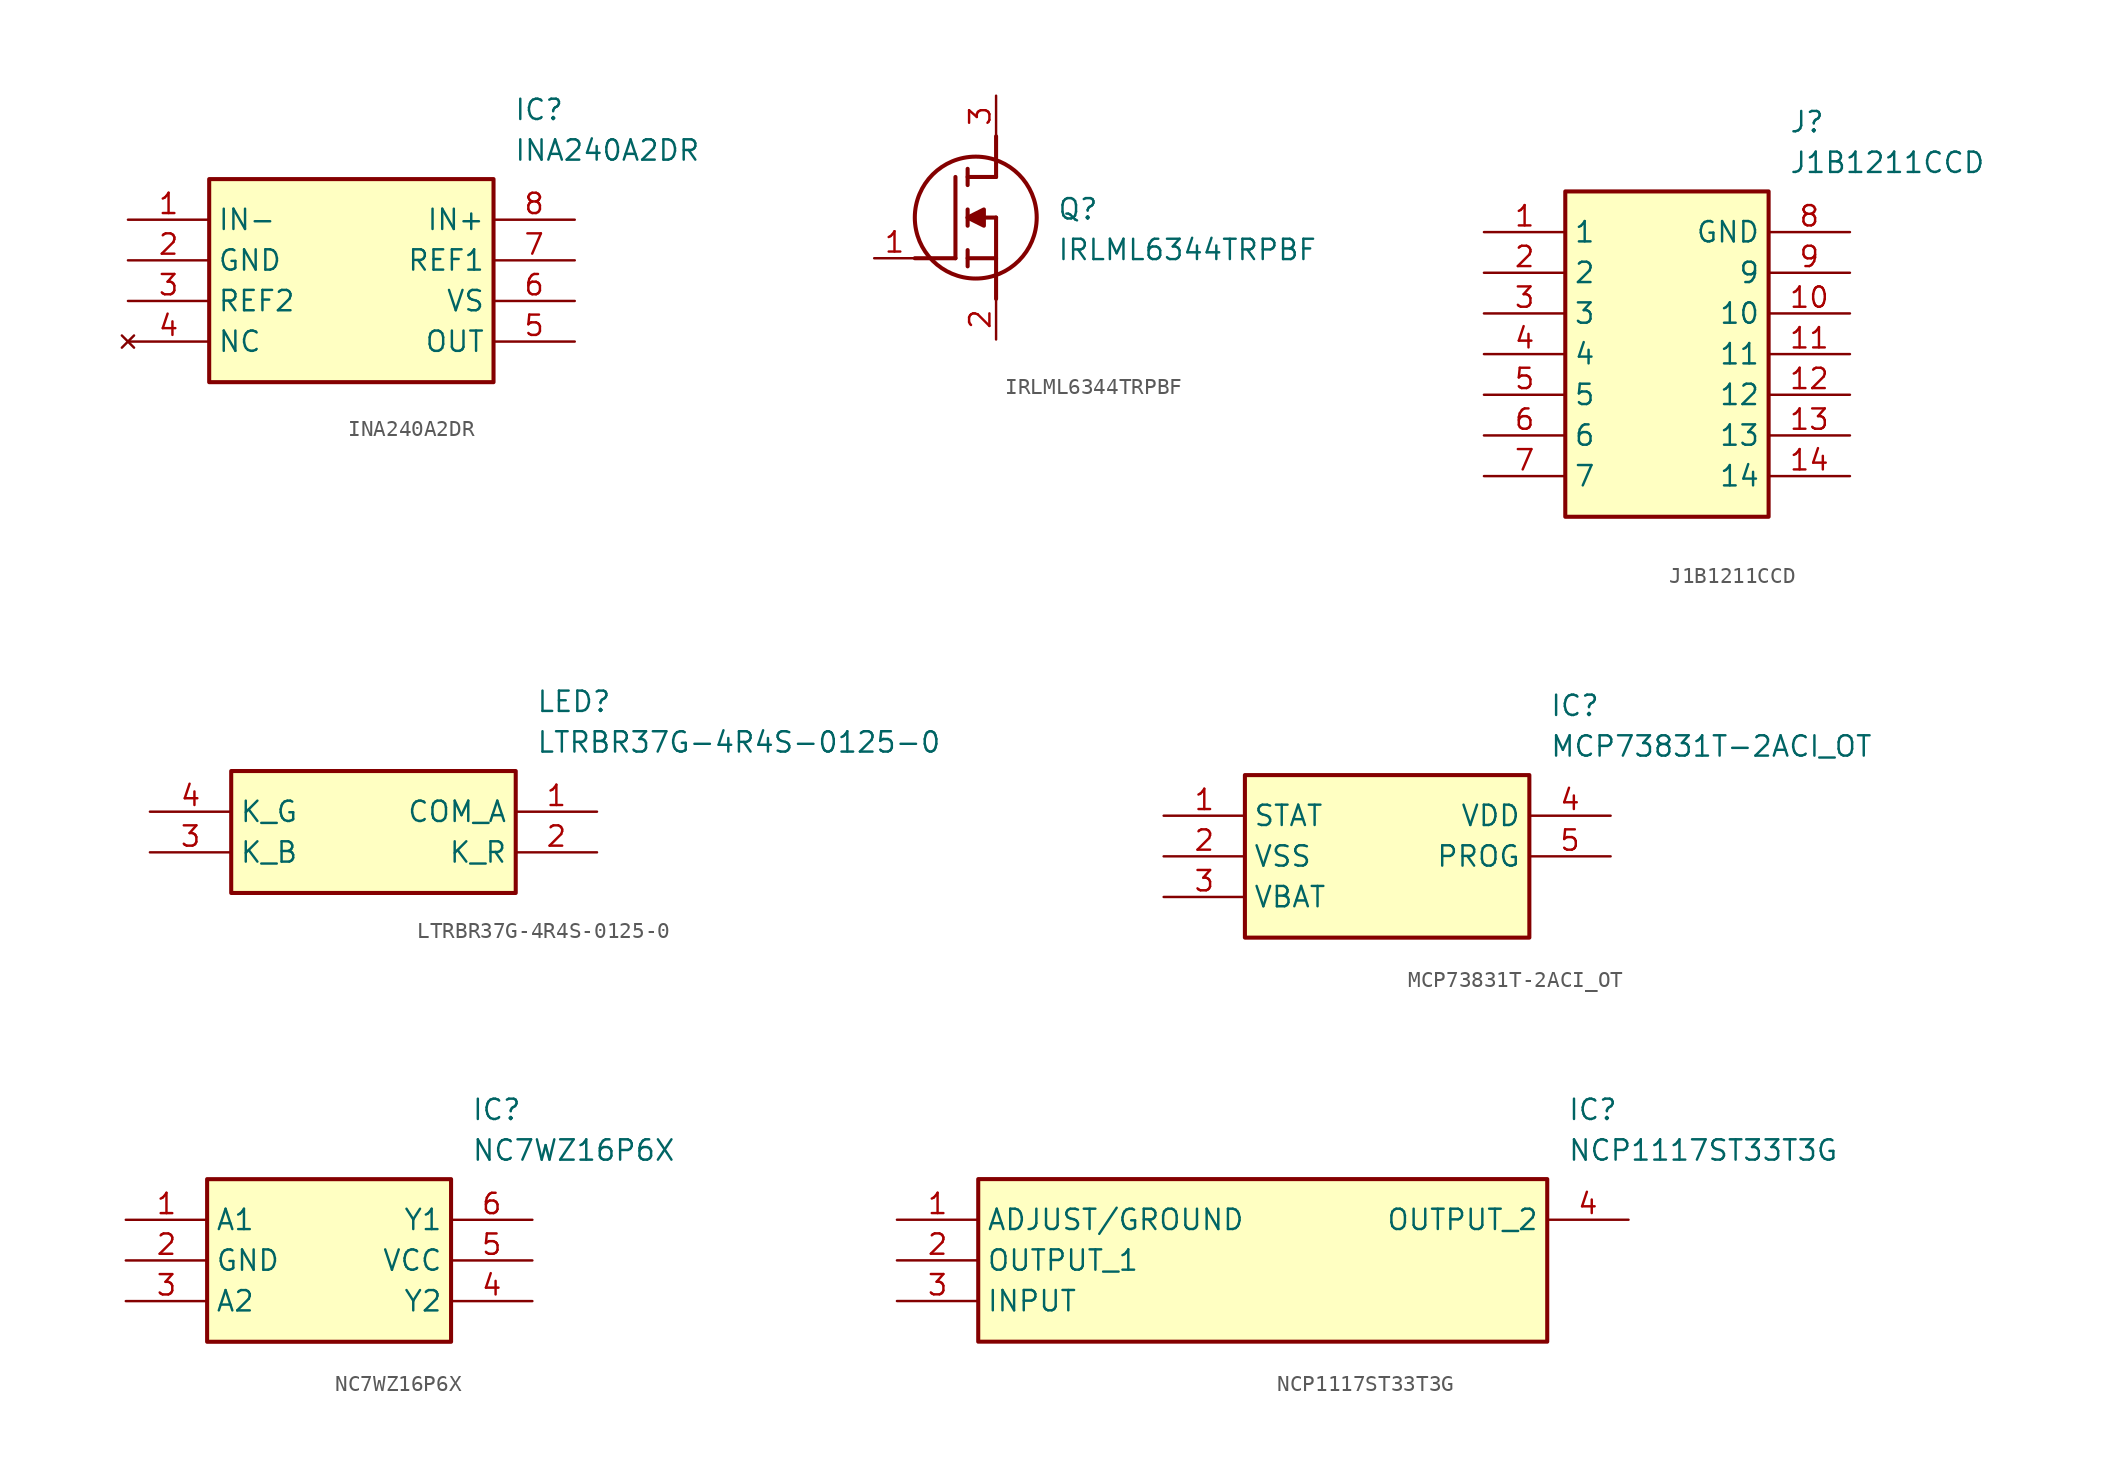
<source format=kicad_sym>
(kicad_symbol_lib
  (version 20231120)
  (generator "kicad_symbol_editor")
  (generator_version "8.0")
  (symbol "INA240A2DR"
    (property "Reference" "IC"
      (at 24.13 7.62 0)
      (effects (font (size 1.27 1.27)) (justify left top)))
    (property "Value" "INA240A2DR"
      (at 24.13 5.08 0)
      (effects (font (size 1.27 1.27)) (justify left top)))
    (symbol "INA240A2DR_1_1"
      (rectangle (start 5.08 2.54) (end 22.86 -10.16) (stroke (width 0.254) (type default)) (fill (type background)))
      (pin passive line (at 0 0 0) (length 5.08) (name "IN-" (effects (font (size 1.27 1.27)))) (number "1" (effects (font (size 1.27 1.27)))))
      (pin passive line (at 0 -2.54 0) (length 5.08) (name "GND" (effects (font (size 1.27 1.27)))) (number "2" (effects (font (size 1.27 1.27)))))
      (pin passive line (at 0 -5.08 0) (length 5.08) (name "REF2" (effects (font (size 1.27 1.27)))) (number "3" (effects (font (size 1.27 1.27)))))
      (pin no_connect line (at 0 -7.62 0) (length 5.08) (name "NC" (effects (font (size 1.27 1.27)))) (number "4" (effects (font (size 1.27 1.27)))))
      (pin passive line (at 27.94 -7.62 180) (length 5.08) (name "OUT" (effects (font (size 1.27 1.27)))) (number "5" (effects (font (size 1.27 1.27)))))
      (pin passive line (at 27.94 -5.08 180) (length 5.08) (name "VS" (effects (font (size 1.27 1.27)))) (number "6" (effects (font (size 1.27 1.27)))))
      (pin passive line (at 27.94 -2.54 180) (length 5.08) (name "REF1" (effects (font (size 1.27 1.27)))) (number "7" (effects (font (size 1.27 1.27)))))
      (pin passive line (at 27.94 0 180) (length 5.08) (name "IN+" (effects (font (size 1.27 1.27)))) (number "8" (effects (font (size 1.27 1.27)))))))
  (symbol "IRLML6344TRPBF"
    (pin_names hide)
    (property "Reference" "Q"
      (at 11.43 3.81 0)
      (effects (font (size 1.27 1.27)) (justify left top)))
    (property "Value" "IRLML6344TRPBF"
      (at 11.43 1.27 0)
      (effects (font (size 1.27 1.27)) (justify left top)))
    (symbol "IRLML6344TRPBF_1_1"
      (polyline (pts (xy 2.54 0) (xy 5.08 0)) (stroke (width 0.254) (type default)) (fill (type none)))
      (polyline (pts (xy 5.08 5.08) (xy 5.08 0)) (stroke (width 0.254) (type default)) (fill (type none)))
      (polyline (pts (xy 5.842 -0.508) (xy 5.842 0.508)) (stroke (width 0.254) (type default)) (fill (type none)))
      (polyline (pts (xy 5.842 0) (xy 7.62 0)) (stroke (width 0.254) (type default)) (fill (type none)))
      (polyline (pts (xy 5.842 2.032) (xy 5.842 3.048)) (stroke (width 0.254) (type default)) (fill (type none)))
      (polyline (pts (xy 5.842 5.588) (xy 5.842 4.572)) (stroke (width 0.254) (type default)) (fill (type none)))
      (polyline (pts (xy 7.62 2.54) (xy 5.842 2.54)) (stroke (width 0.254) (type default)) (fill (type none)))
      (polyline (pts (xy 7.62 2.54) (xy 7.62 -2.54)) (stroke (width 0.254) (type default)) (fill (type none)))
      (polyline (pts (xy 7.62 5.08) (xy 5.842 5.08)) (stroke (width 0.254) (type default)) (fill (type none)))
      (polyline (pts (xy 7.62 5.08) (xy 7.62 7.62)) (stroke (width 0.254) (type default)) (fill (type none)))
      (polyline (pts (xy 5.842 2.54) (xy 6.858 3.048) (xy 6.858 2.032) (xy 5.842 2.54)) (stroke (width 0.254) (type default)) (fill (type outline)))
      (circle (center 6.35 2.54) (radius 3.81) (stroke (width 0.254) (type default)) (fill (type none)))
      (pin passive line (at 0 0 0) (length 2.54) (name "G" (effects (font (size 1.27 1.27)))) (number "1" (effects (font (size 1.27 1.27)))))
      (pin passive line (at 7.62 -5.08 90) (length 2.54) (name "S" (effects (font (size 1.27 1.27)))) (number "2" (effects (font (size 1.27 1.27)))))
      (pin passive line (at 7.62 10.16 270) (length 2.54) (name "D" (effects (font (size 1.27 1.27)))) (number "3" (effects (font (size 1.27 1.27)))))))
  (symbol "J1B1211CCD"
    (property "Reference" "J"
      (at 19.05 7.62 0)
      (effects (font (size 1.27 1.27)) (justify left top)))
    (property "Value" "J1B1211CCD"
      (at 19.05 5.08 0)
      (effects (font (size 1.27 1.27)) (justify left top)))
    (symbol "J1B1211CCD_1_1"
      (rectangle (start 5.08 2.54) (end 17.78 -17.78) (stroke (width 0.254) (type default)) (fill (type background)))
      (pin passive line (at 0 0 0) (length 5.08) (name "1" (effects (font (size 1.27 1.27)))) (number "1" (effects (font (size 1.27 1.27)))))
      (pin passive line (at 22.86 -5.08 180) (length 5.08) (name "10" (effects (font (size 1.27 1.27)))) (number "10" (effects (font (size 1.27 1.27)))))
      (pin passive line (at 22.86 -7.62 180) (length 5.08) (name "11" (effects (font (size 1.27 1.27)))) (number "11" (effects (font (size 1.27 1.27)))))
      (pin passive line (at 22.86 -10.16 180) (length 5.08) (name "12" (effects (font (size 1.27 1.27)))) (number "12" (effects (font (size 1.27 1.27)))))
      (pin passive line (at 22.86 -12.7 180) (length 5.08) (name "13" (effects (font (size 1.27 1.27)))) (number "13" (effects (font (size 1.27 1.27)))))
      (pin passive line (at 22.86 -15.24 180) (length 5.08) (name "14" (effects (font (size 1.27 1.27)))) (number "14" (effects (font (size 1.27 1.27)))))
      (pin passive line (at 0 -2.54 0) (length 5.08) (name "2" (effects (font (size 1.27 1.27)))) (number "2" (effects (font (size 1.27 1.27)))))
      (pin passive line (at 0 -5.08 0) (length 5.08) (name "3" (effects (font (size 1.27 1.27)))) (number "3" (effects (font (size 1.27 1.27)))))
      (pin passive line (at 0 -7.62 0) (length 5.08) (name "4" (effects (font (size 1.27 1.27)))) (number "4" (effects (font (size 1.27 1.27)))))
      (pin passive line (at 0 -10.16 0) (length 5.08) (name "5" (effects (font (size 1.27 1.27)))) (number "5" (effects (font (size 1.27 1.27)))))
      (pin passive line (at 0 -12.7 0) (length 5.08) (name "6" (effects (font (size 1.27 1.27)))) (number "6" (effects (font (size 1.27 1.27)))))
      (pin passive line (at 0 -15.24 0) (length 5.08) (name "7" (effects (font (size 1.27 1.27)))) (number "7" (effects (font (size 1.27 1.27)))))
      (pin passive line (at 22.86 0 180) (length 5.08) (name "GND" (effects (font (size 1.27 1.27)))) (number "8" (effects (font (size 1.27 1.27)))))
      (pin passive line (at 22.86 -2.54 180) (length 5.08) (name "9" (effects (font (size 1.27 1.27)))) (number "9" (effects (font (size 1.27 1.27)))))))
  (symbol "LTRBR37G-4R4S-0125-0"
    (property "Reference" "LED"
      (at 24.13 7.62 0)
      (effects (font (size 1.27 1.27)) (justify left top)))
    (property "Value" "LTRBR37G-4R4S-0125-0"
      (at 24.13 5.08 0)
      (effects (font (size 1.27 1.27)) (justify left top)))
    (symbol "LTRBR37G-4R4S-0125-0_1_1"
      (rectangle (start 5.08 2.54) (end 22.86 -5.08) (stroke (width 0.254) (type default)) (fill (type background)))
      (pin passive line (at 27.94 0 180) (length 5.08) (name "COM_A" (effects (font (size 1.27 1.27)))) (number "1" (effects (font (size 1.27 1.27)))))
      (pin passive line (at 27.94 -2.54 180) (length 5.08) (name "K_R" (effects (font (size 1.27 1.27)))) (number "2" (effects (font (size 1.27 1.27)))))
      (pin passive line (at 0 -2.54 0) (length 5.08) (name "K_B" (effects (font (size 1.27 1.27)))) (number "3" (effects (font (size 1.27 1.27)))))
      (pin passive line (at 0 0 0) (length 5.08) (name "K_G" (effects (font (size 1.27 1.27)))) (number "4" (effects (font (size 1.27 1.27)))))))
  (symbol "MCP73831T-2ACI_OT"
    (property "Reference" "IC"
      (at 24.13 7.62 0)
      (effects (font (size 1.27 1.27)) (justify left top)))
    (property "Value" "MCP73831T-2ACI_OT"
      (at 24.13 5.08 0)
      (effects (font (size 1.27 1.27)) (justify left top)))
    (rectangle
      (start 5.08 2.54)
      (end 22.86 -7.62)
      (stroke (width 0.254) (type default))
      (fill (type background)))
    (pin passive line
      (at 0 0 0)
      (length 5.08)
      (name "STAT" (effects (font (size 1.27 1.27))))
      (number "1" (effects (font (size 1.27 1.27)))))
    (pin passive line
      (at 0 -2.54 0)
      (length 5.08)
      (name "VSS" (effects (font (size 1.27 1.27))))
      (number "2" (effects (font (size 1.27 1.27)))))
    (pin passive line
      (at 0 -5.08 0)
      (length 5.08)
      (name "VBAT" (effects (font (size 1.27 1.27))))
      (number "3" (effects (font (size 1.27 1.27)))))
    (pin passive line
      (at 27.94 0 180)
      (length 5.08)
      (name "VDD" (effects (font (size 1.27 1.27))))
      (number "4" (effects (font (size 1.27 1.27)))))
    (pin passive line
      (at 27.94 -2.54 180)
      (length 5.08)
      (name "PROG" (effects (font (size 1.27 1.27))))
      (number "5" (effects (font (size 1.27 1.27))))))
  (symbol "NC7WZ16P6X"
    (property "Reference" "IC"
      (at 21.59 7.62 0)
      (effects (font (size 1.27 1.27)) (justify left top)))
    (property "Value" "NC7WZ16P6X"
      (at 21.59 5.08 0)
      (effects (font (size 1.27 1.27)) (justify left top)))
    (rectangle
      (start 5.08 2.54)
      (end 20.32 -7.62)
      (stroke (width 0.254) (type default))
      (fill (type background)))
    (pin input line
      (at 0 0 0)
      (length 5.08)
      (name "A1" (effects (font (size 1.27 1.27))))
      (number "1" (effects (font (size 1.27 1.27)))))
    (pin power_in line
      (at 0 -2.54 0)
      (length 5.08)
      (name "GND" (effects (font (size 1.27 1.27))))
      (number "2" (effects (font (size 1.27 1.27)))))
    (pin input line
      (at 0 -5.08 0)
      (length 5.08)
      (name "A2" (effects (font (size 1.27 1.27))))
      (number "3" (effects (font (size 1.27 1.27)))))
    (pin output line
      (at 25.4 0 180)
      (length 5.08)
      (name "Y1" (effects (font (size 1.27 1.27))))
      (number "6" (effects (font (size 1.27 1.27)))))
    (pin power_in line
      (at 25.4 -2.54 180)
      (length 5.08)
      (name "VCC" (effects (font (size 1.27 1.27))))
      (number "5" (effects (font (size 1.27 1.27)))))
    (pin output line
      (at 25.4 -5.08 180)
      (length 5.08)
      (name "Y2" (effects (font (size 1.27 1.27))))
      (number "4" (effects (font (size 1.27 1.27))))))
  (symbol "NCP1117ST33T3G"
    (property "Reference" "IC"
      (at 41.91 7.62 0)
      (effects (font (size 1.27 1.27)) (justify left top)))
    (property "Value" "NCP1117ST33T3G"
      (at 41.91 5.08 0)
      (effects (font (size 1.27 1.27)) (justify left top)))
    (symbol "NCP1117ST33T3G_1_1"
      (rectangle (start 5.08 2.54) (end 40.64 -7.62) (stroke (width 0.254) (type default)) (fill (type background)))
      (pin passive line (at 0 0 0) (length 5.08) (name "ADJUST/GROUND" (effects (font (size 1.27 1.27)))) (number "1" (effects (font (size 1.27 1.27)))))
      (pin passive line (at 0 -2.54 0) (length 5.08) (name "OUTPUT_1" (effects (font (size 1.27 1.27)))) (number "2" (effects (font (size 1.27 1.27)))))
      (pin passive line (at 0 -5.08 0) (length 5.08) (name "INPUT" (effects (font (size 1.27 1.27)))) (number "3" (effects (font (size 1.27 1.27)))))
      (pin passive line (at 45.72 0 180) (length 5.08) (name "OUTPUT_2" (effects (font (size 1.27 1.27)))) (number "4" (effects (font (size 1.27 1.27))))))))
</source>
